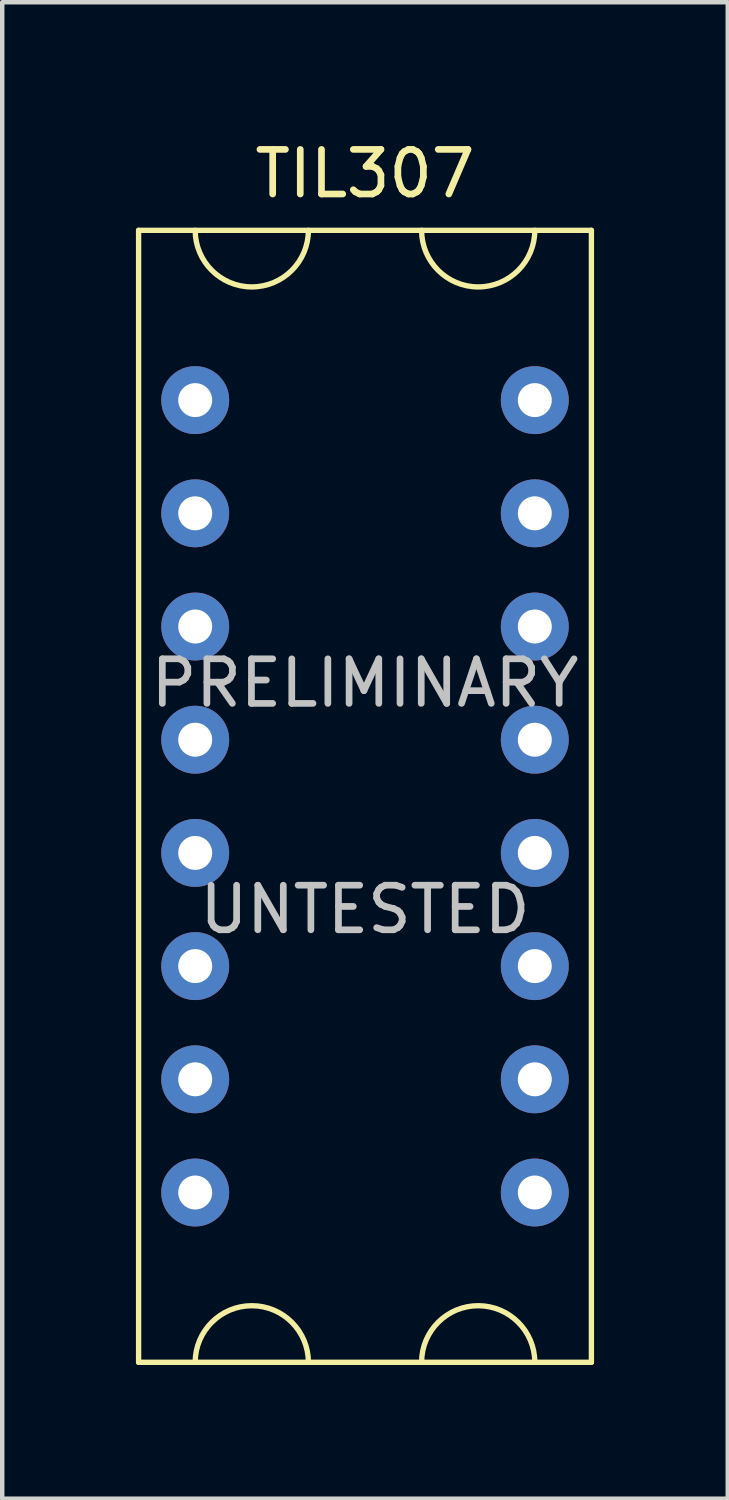
<source format=kicad_pcb>
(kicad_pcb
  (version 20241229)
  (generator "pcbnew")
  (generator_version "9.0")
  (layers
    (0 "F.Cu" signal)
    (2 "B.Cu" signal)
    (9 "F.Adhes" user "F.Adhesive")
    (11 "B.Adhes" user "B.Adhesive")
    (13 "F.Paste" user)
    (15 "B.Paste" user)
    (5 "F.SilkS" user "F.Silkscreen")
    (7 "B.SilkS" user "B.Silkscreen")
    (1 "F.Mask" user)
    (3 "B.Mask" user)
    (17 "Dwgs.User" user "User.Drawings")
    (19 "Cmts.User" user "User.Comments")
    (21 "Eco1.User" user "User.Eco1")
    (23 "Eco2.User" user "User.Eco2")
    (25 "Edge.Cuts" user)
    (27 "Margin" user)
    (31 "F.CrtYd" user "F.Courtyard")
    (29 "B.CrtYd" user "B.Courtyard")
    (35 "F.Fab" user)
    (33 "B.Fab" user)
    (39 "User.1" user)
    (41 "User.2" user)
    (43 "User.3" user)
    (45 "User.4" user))
  (footprint "TIL307"
    (layer "F.Cu")
    (at 5.14 12.278)
    (property "Reference" "TIL307" (at 0 -11.43 0) (layer "F.SilkS") (effects (font (size 1 1) (thickness 0.15))))
    (attr through_hole)
    (fp_line (start -5.08 -10.16) (end 5.08 -10.16) (stroke (width 0.12) (type solid)) (layer "F.SilkS"))
    (fp_line (start -5.08 15.24) (end -5.08 -10.16) (stroke (width 0.12) (type solid)) (layer "F.SilkS"))
    (fp_line (start 5.08 -10.16) (end 5.08 15.24) (stroke (width 0.12) (type solid)) (layer "F.SilkS"))
    (fp_line (start 5.08 15.24) (end -5.08 15.24) (stroke (width 0.12) (type solid)) (layer "F.SilkS"))
    (fp_arc (start -3.81 15.24) (mid -2.54 13.97) (end -1.27 15.24) (stroke (width 0.12) (type solid)) (layer "F.SilkS"))
    (fp_arc (start -1.27 -10.16) (mid -2.54 -8.89) (end -3.81 -10.16) (stroke (width 0.12) (type solid)) (layer "F.SilkS"))
    (fp_arc (start 1.27 15.24) (mid 2.54 13.97) (end 3.81 15.24) (stroke (width 0.12) (type solid)) (layer "F.SilkS"))
    (fp_arc (start 3.81 -10.16) (mid 2.54 -8.89) (end 1.27 -10.16) (stroke (width 0.12) (type solid)) (layer "F.SilkS"))
    (fp_text user "PRELIMINARY" (at 0 0 0) (layer "Dwgs.User") (effects (font (size 1 1) (thickness 0.15))))
    (fp_text user "UNTESTED" (at 0 5.08 0) (layer "Dwgs.User") (effects (font (size 1 1) (thickness 0.15))))
    (pad "1" thru_hole circle (at -3.81 -6.35) (size 1.524 1.524) (drill 0.762) (layers "*.Cu" "*.Mask"))
    (pad "2" thru_hole circle (at -3.81 -3.81) (size 1.524 1.524) (drill 0.762) (layers "*.Cu" "*.Mask"))
    (pad "3" thru_hole circle (at -3.81 -1.27) (size 1.524 1.524) (drill 0.762) (layers "*.Cu" "*.Mask"))
    (pad "4" thru_hole circle (at -3.81 1.27) (size 1.524 1.524) (drill 0.762) (layers "*.Cu" "*.Mask"))
    (pad "5" thru_hole circle (at -3.81 3.81) (size 1.524 1.524) (drill 0.762) (layers "*.Cu" "*.Mask"))
    (pad "6" thru_hole circle (at -3.81 6.35) (size 1.524 1.524) (drill 0.762) (layers "*.Cu" "*.Mask"))
    (pad "7" thru_hole circle (at -3.81 8.89) (size 1.524 1.524) (drill 0.762) (layers "*.Cu" "*.Mask"))
    (pad "8" thru_hole circle (at -3.81 11.43) (size 1.524 1.524) (drill 0.762) (layers "*.Cu" "*.Mask"))
    (pad "9" thru_hole circle (at 3.81 11.43) (size 1.524 1.524) (drill 0.762) (layers "*.Cu" "*.Mask"))
    (pad "10" thru_hole circle (at 3.81 8.89) (size 1.524 1.524) (drill 0.762) (layers "*.Cu" "*.Mask"))
    (pad "11" thru_hole circle (at 3.81 6.35) (size 1.524 1.524) (drill 0.762) (layers "*.Cu" "*.Mask"))
    (pad "12" thru_hole circle (at 3.81 3.81) (size 1.524 1.524) (drill 0.762) (layers "*.Cu" "*.Mask"))
    (pad "13" thru_hole circle (at 3.81 1.27) (size 1.524 1.524) (drill 0.762) (layers "*.Cu" "*.Mask"))
    (pad "14" thru_hole circle (at 3.81 -1.27) (size 1.524 1.524) (drill 0.762) (layers "*.Cu" "*.Mask"))
    (pad "15" thru_hole circle (at 3.81 -3.81) (size 1.524 1.524) (drill 0.762) (layers "*.Cu" "*.Mask"))
    (pad "16" thru_hole circle (at 3.81 -6.35) (size 1.524 1.524) (drill 0.762) (layers "*.Cu" "*.Mask")))
  (gr_rect
    (start -3 -3)
    (end 13.28 30.578)
    (stroke (width 0.1) (type default))
    (fill no)
    (layer "Edge.Cuts")))
</source>
